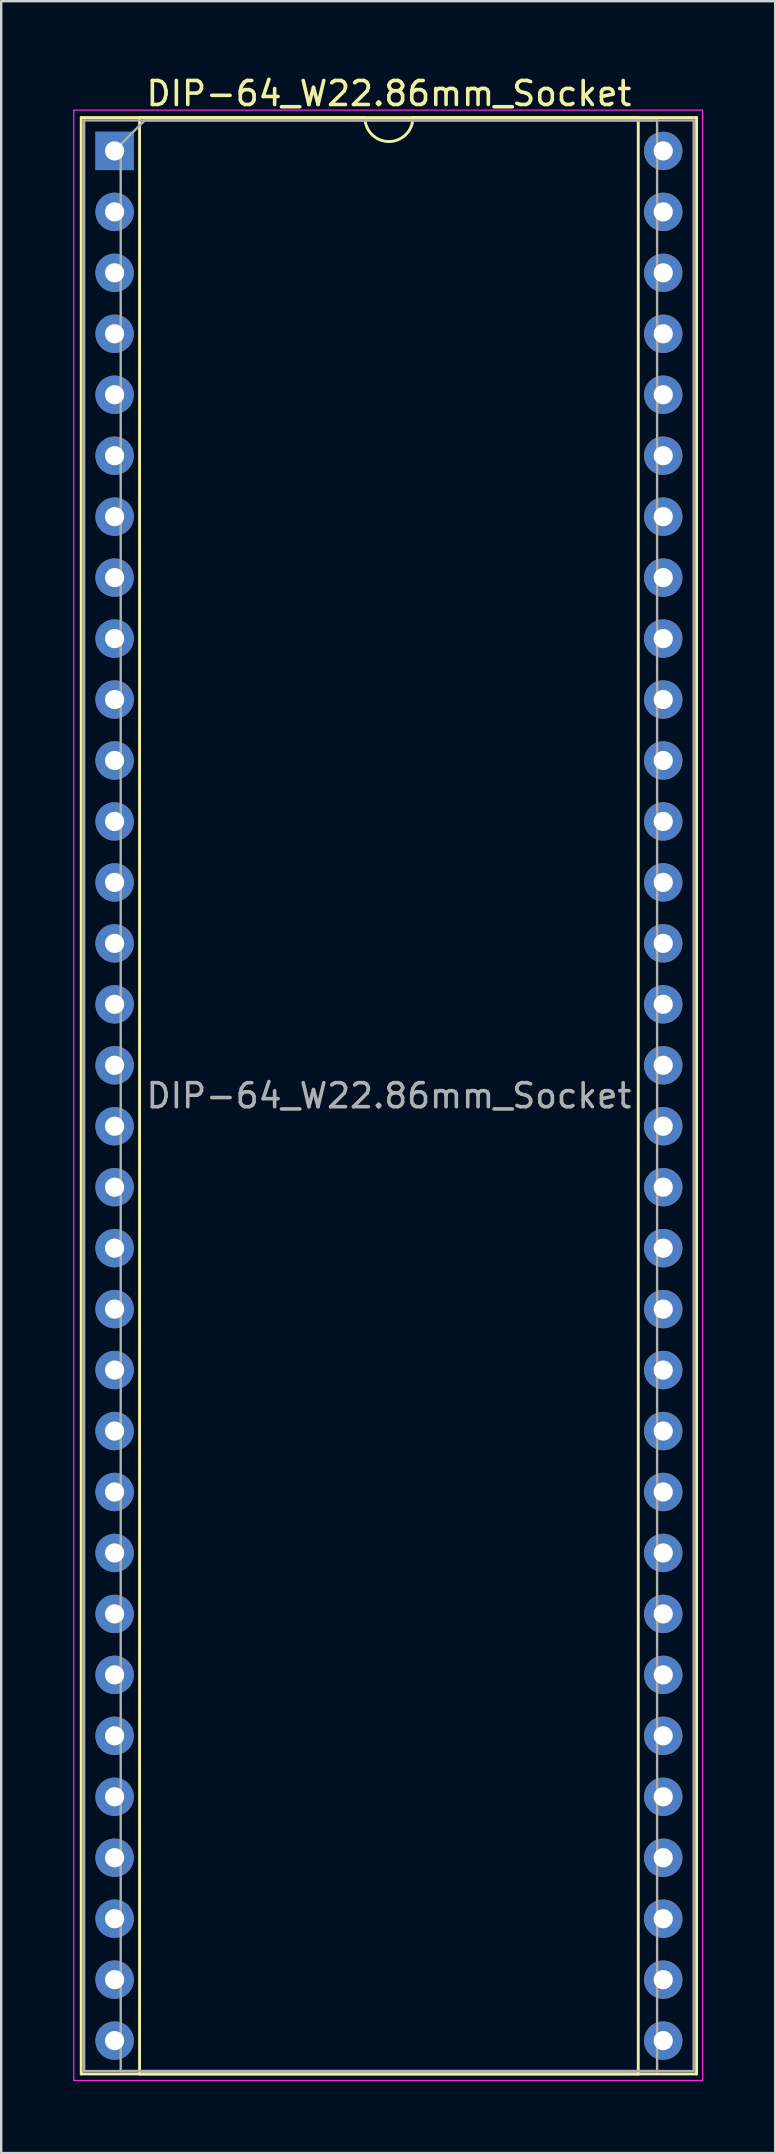
<source format=kicad_pcb>
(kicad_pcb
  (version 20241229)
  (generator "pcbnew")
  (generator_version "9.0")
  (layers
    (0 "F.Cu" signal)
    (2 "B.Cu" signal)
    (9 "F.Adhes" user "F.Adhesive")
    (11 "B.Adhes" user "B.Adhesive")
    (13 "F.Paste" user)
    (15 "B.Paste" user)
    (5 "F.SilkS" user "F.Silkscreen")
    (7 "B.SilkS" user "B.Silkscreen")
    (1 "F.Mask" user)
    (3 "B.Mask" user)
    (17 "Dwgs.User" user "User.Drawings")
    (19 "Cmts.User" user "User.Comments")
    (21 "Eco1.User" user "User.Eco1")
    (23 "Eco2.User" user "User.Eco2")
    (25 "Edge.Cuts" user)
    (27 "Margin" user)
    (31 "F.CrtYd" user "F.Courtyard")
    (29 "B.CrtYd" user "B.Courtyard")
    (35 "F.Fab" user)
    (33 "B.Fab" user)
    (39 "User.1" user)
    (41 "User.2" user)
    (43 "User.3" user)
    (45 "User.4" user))
  (footprint "DIP-64_W22.86mm_Socket"
    (layer "F.Cu")
    (at 1.725 3.238)
    (property "Reference" "DIP-64_W22.86mm_Socket" (at 11.43 -2.39 0) (layer "F.SilkS") (effects (font (size 1 1) (thickness 0.15))))
    (attr through_hole)
    (fp_line (start -1.39 -1.39) (end -1.39 80.13) (stroke (width 0.12) (type solid)) (layer "F.SilkS"))
    (fp_line (start -1.39 80.13) (end 24.25 80.13) (stroke (width 0.12) (type solid)) (layer "F.SilkS"))
    (fp_line (start 1.04 -1.39) (end 1.04 80.13) (stroke (width 0.12) (type solid)) (layer "F.SilkS"))
    (fp_line (start 1.04 80.13) (end 21.82 80.13) (stroke (width 0.12) (type solid)) (layer "F.SilkS"))
    (fp_line (start 10.43 -1.39) (end 1.04 -1.39) (stroke (width 0.12) (type solid)) (layer "F.SilkS"))
    (fp_line (start 21.82 -1.39) (end 12.43 -1.39) (stroke (width 0.12) (type solid)) (layer "F.SilkS"))
    (fp_line (start 21.82 80.13) (end 21.82 -1.39) (stroke (width 0.12) (type solid)) (layer "F.SilkS"))
    (fp_line (start 24.25 -1.39) (end -1.39 -1.39) (stroke (width 0.12) (type solid)) (layer "F.SilkS"))
    (fp_line (start 24.25 80.13) (end 24.25 -1.39) (stroke (width 0.12) (type solid)) (layer "F.SilkS"))
    (fp_arc (start 12.43 -1.39) (mid 11.43 -0.39) (end 10.43 -1.39) (stroke (width 0.12) (type solid)) (layer "F.SilkS"))
    (fp_line (start -1.7 -1.7) (end -1.7 80.4) (stroke (width 0.05) (type solid)) (layer "F.CrtYd"))
    (fp_line (start -1.7 80.4) (end 24.5 80.4) (stroke (width 0.05) (type solid)) (layer "F.CrtYd"))
    (fp_line (start 24.5 -1.7) (end -1.7 -1.7) (stroke (width 0.05) (type solid)) (layer "F.CrtYd"))
    (fp_line (start 24.5 80.4) (end 24.5 -1.7) (stroke (width 0.05) (type solid)) (layer "F.CrtYd"))
    (fp_line (start -1.27 -1.27) (end -1.27 80.01) (stroke (width 0.1) (type solid)) (layer "F.Fab"))
    (fp_line (start -1.27 80.01) (end 24.13 80.01) (stroke (width 0.1) (type solid)) (layer "F.Fab"))
    (fp_line (start 0.255 -0.27) (end 1.255 -1.27) (stroke (width 0.1) (type solid)) (layer "F.Fab"))
    (fp_line (start 0.255 80.01) (end 0.255 -0.27) (stroke (width 0.1) (type solid)) (layer "F.Fab"))
    (fp_line (start 1.255 -1.27) (end 22.605 -1.27) (stroke (width 0.1) (type solid)) (layer "F.Fab"))
    (fp_line (start 22.605 -1.27) (end 22.605 80.01) (stroke (width 0.1) (type solid)) (layer "F.Fab"))
    (fp_line (start 22.605 80.01) (end 0.255 80.01) (stroke (width 0.1) (type solid)) (layer "F.Fab"))
    (fp_line (start 24.13 -1.27) (end -1.27 -1.27) (stroke (width 0.1) (type solid)) (layer "F.Fab"))
    (fp_line (start 24.13 80.01) (end 24.13 -1.27) (stroke (width 0.1) (type solid)) (layer "F.Fab"))
    (fp_text user "${REFERENCE}" (at 11.43 39.37 0) (layer "F.Fab") (effects (font (size 1 1) (thickness 0.15))))
    (pad "1" thru_hole rect (at 0 0) (size 1.6 1.6) (drill 0.8) (layers "*.Cu" "*.Mask"))
    (pad "2" thru_hole oval (at 0 2.54) (size 1.6 1.6) (drill 0.8) (layers "*.Cu" "*.Mask"))
    (pad "3" thru_hole oval (at 0 5.08) (size 1.6 1.6) (drill 0.8) (layers "*.Cu" "*.Mask"))
    (pad "4" thru_hole oval (at 0 7.62) (size 1.6 1.6) (drill 0.8) (layers "*.Cu" "*.Mask"))
    (pad "5" thru_hole oval (at 0 10.16) (size 1.6 1.6) (drill 0.8) (layers "*.Cu" "*.Mask"))
    (pad "6" thru_hole oval (at 0 12.7) (size 1.6 1.6) (drill 0.8) (layers "*.Cu" "*.Mask"))
    (pad "7" thru_hole oval (at 0 15.24) (size 1.6 1.6) (drill 0.8) (layers "*.Cu" "*.Mask"))
    (pad "8" thru_hole oval (at 0 17.78) (size 1.6 1.6) (drill 0.8) (layers "*.Cu" "*.Mask"))
    (pad "9" thru_hole oval (at 0 20.32) (size 1.6 1.6) (drill 0.8) (layers "*.Cu" "*.Mask"))
    (pad "10" thru_hole oval (at 0 22.86) (size 1.6 1.6) (drill 0.8) (layers "*.Cu" "*.Mask"))
    (pad "11" thru_hole oval (at 0 25.4) (size 1.6 1.6) (drill 0.8) (layers "*.Cu" "*.Mask"))
    (pad "12" thru_hole oval (at 0 27.94) (size 1.6 1.6) (drill 0.8) (layers "*.Cu" "*.Mask"))
    (pad "13" thru_hole oval (at 0 30.48) (size 1.6 1.6) (drill 0.8) (layers "*.Cu" "*.Mask"))
    (pad "14" thru_hole oval (at 0 33.02) (size 1.6 1.6) (drill 0.8) (layers "*.Cu" "*.Mask"))
    (pad "15" thru_hole oval (at 0 35.56) (size 1.6 1.6) (drill 0.8) (layers "*.Cu" "*.Mask"))
    (pad "16" thru_hole oval (at 0 38.1) (size 1.6 1.6) (drill 0.8) (layers "*.Cu" "*.Mask"))
    (pad "17" thru_hole oval (at 0 40.64) (size 1.6 1.6) (drill 0.8) (layers "*.Cu" "*.Mask"))
    (pad "18" thru_hole oval (at 0 43.18) (size 1.6 1.6) (drill 0.8) (layers "*.Cu" "*.Mask"))
    (pad "19" thru_hole oval (at 0 45.72) (size 1.6 1.6) (drill 0.8) (layers "*.Cu" "*.Mask"))
    (pad "20" thru_hole oval (at 0 48.26) (size 1.6 1.6) (drill 0.8) (layers "*.Cu" "*.Mask"))
    (pad "21" thru_hole oval (at 0 50.8) (size 1.6 1.6) (drill 0.8) (layers "*.Cu" "*.Mask"))
    (pad "22" thru_hole oval (at 0 53.34) (size 1.6 1.6) (drill 0.8) (layers "*.Cu" "*.Mask"))
    (pad "23" thru_hole oval (at 0 55.88) (size 1.6 1.6) (drill 0.8) (layers "*.Cu" "*.Mask"))
    (pad "24" thru_hole oval (at 0 58.42) (size 1.6 1.6) (drill 0.8) (layers "*.Cu" "*.Mask"))
    (pad "25" thru_hole oval (at 0 60.96) (size 1.6 1.6) (drill 0.8) (layers "*.Cu" "*.Mask"))
    (pad "26" thru_hole oval (at 0 63.5) (size 1.6 1.6) (drill 0.8) (layers "*.Cu" "*.Mask"))
    (pad "27" thru_hole oval (at 0 66.04) (size 1.6 1.6) (drill 0.8) (layers "*.Cu" "*.Mask"))
    (pad "28" thru_hole oval (at 0 68.58) (size 1.6 1.6) (drill 0.8) (layers "*.Cu" "*.Mask"))
    (pad "29" thru_hole oval (at 0 71.12) (size 1.6 1.6) (drill 0.8) (layers "*.Cu" "*.Mask"))
    (pad "30" thru_hole oval (at 0 73.66) (size 1.6 1.6) (drill 0.8) (layers "*.Cu" "*.Mask"))
    (pad "31" thru_hole oval (at 0 76.2) (size 1.6 1.6) (drill 0.8) (layers "*.Cu" "*.Mask"))
    (pad "32" thru_hole oval (at 0 78.74) (size 1.6 1.6) (drill 0.8) (layers "*.Cu" "*.Mask"))
    (pad "33" thru_hole oval (at 22.86 78.74) (size 1.6 1.6) (drill 0.8) (layers "*.Cu" "*.Mask"))
    (pad "34" thru_hole oval (at 22.86 76.2) (size 1.6 1.6) (drill 0.8) (layers "*.Cu" "*.Mask"))
    (pad "35" thru_hole oval (at 22.86 73.66) (size 1.6 1.6) (drill 0.8) (layers "*.Cu" "*.Mask"))
    (pad "36" thru_hole oval (at 22.86 71.12) (size 1.6 1.6) (drill 0.8) (layers "*.Cu" "*.Mask"))
    (pad "37" thru_hole oval (at 22.86 68.58) (size 1.6 1.6) (drill 0.8) (layers "*.Cu" "*.Mask"))
    (pad "38" thru_hole oval (at 22.86 66.04) (size 1.6 1.6) (drill 0.8) (layers "*.Cu" "*.Mask"))
    (pad "39" thru_hole oval (at 22.86 63.5) (size 1.6 1.6) (drill 0.8) (layers "*.Cu" "*.Mask"))
    (pad "40" thru_hole oval (at 22.86 60.96) (size 1.6 1.6) (drill 0.8) (layers "*.Cu" "*.Mask"))
    (pad "41" thru_hole oval (at 22.86 58.42) (size 1.6 1.6) (drill 0.8) (layers "*.Cu" "*.Mask"))
    (pad "42" thru_hole oval (at 22.86 55.88) (size 1.6 1.6) (drill 0.8) (layers "*.Cu" "*.Mask"))
    (pad "43" thru_hole oval (at 22.86 53.34) (size 1.6 1.6) (drill 0.8) (layers "*.Cu" "*.Mask"))
    (pad "44" thru_hole oval (at 22.86 50.8) (size 1.6 1.6) (drill 0.8) (layers "*.Cu" "*.Mask"))
    (pad "45" thru_hole oval (at 22.86 48.26) (size 1.6 1.6) (drill 0.8) (layers "*.Cu" "*.Mask"))
    (pad "46" thru_hole oval (at 22.86 45.72) (size 1.6 1.6) (drill 0.8) (layers "*.Cu" "*.Mask"))
    (pad "47" thru_hole oval (at 22.86 43.18) (size 1.6 1.6) (drill 0.8) (layers "*.Cu" "*.Mask"))
    (pad "48" thru_hole oval (at 22.86 40.64) (size 1.6 1.6) (drill 0.8) (layers "*.Cu" "*.Mask"))
    (pad "49" thru_hole oval (at 22.86 38.1) (size 1.6 1.6) (drill 0.8) (layers "*.Cu" "*.Mask"))
    (pad "50" thru_hole oval (at 22.86 35.56) (size 1.6 1.6) (drill 0.8) (layers "*.Cu" "*.Mask"))
    (pad "51" thru_hole oval (at 22.86 33.02) (size 1.6 1.6) (drill 0.8) (layers "*.Cu" "*.Mask"))
    (pad "52" thru_hole oval (at 22.86 30.48) (size 1.6 1.6) (drill 0.8) (layers "*.Cu" "*.Mask"))
    (pad "53" thru_hole oval (at 22.86 27.94) (size 1.6 1.6) (drill 0.8) (layers "*.Cu" "*.Mask"))
    (pad "54" thru_hole oval (at 22.86 25.4) (size 1.6 1.6) (drill 0.8) (layers "*.Cu" "*.Mask"))
    (pad "55" thru_hole oval (at 22.86 22.86) (size 1.6 1.6) (drill 0.8) (layers "*.Cu" "*.Mask"))
    (pad "56" thru_hole oval (at 22.86 20.32) (size 1.6 1.6) (drill 0.8) (layers "*.Cu" "*.Mask"))
    (pad "57" thru_hole oval (at 22.86 17.78) (size 1.6 1.6) (drill 0.8) (layers "*.Cu" "*.Mask"))
    (pad "58" thru_hole oval (at 22.86 15.24) (size 1.6 1.6) (drill 0.8) (layers "*.Cu" "*.Mask"))
    (pad "59" thru_hole oval (at 22.86 12.7) (size 1.6 1.6) (drill 0.8) (layers "*.Cu" "*.Mask"))
    (pad "60" thru_hole oval (at 22.86 10.16) (size 1.6 1.6) (drill 0.8) (layers "*.Cu" "*.Mask"))
    (pad "61" thru_hole oval (at 22.86 7.62) (size 1.6 1.6) (drill 0.8) (layers "*.Cu" "*.Mask"))
    (pad "62" thru_hole oval (at 22.86 5.08) (size 1.6 1.6) (drill 0.8) (layers "*.Cu" "*.Mask"))
    (pad "63" thru_hole oval (at 22.86 2.54) (size 1.6 1.6) (drill 0.8) (layers "*.Cu" "*.Mask"))
    (pad "64" thru_hole oval (at 22.86 0) (size 1.6 1.6) (drill 0.8) (layers "*.Cu" "*.Mask")))
  (gr_rect
    (start -3 -3)
    (end 29.25 86.663)
    (stroke (width 0.1) (type default))
    (fill no)
    (layer "Edge.Cuts")))
</source>
